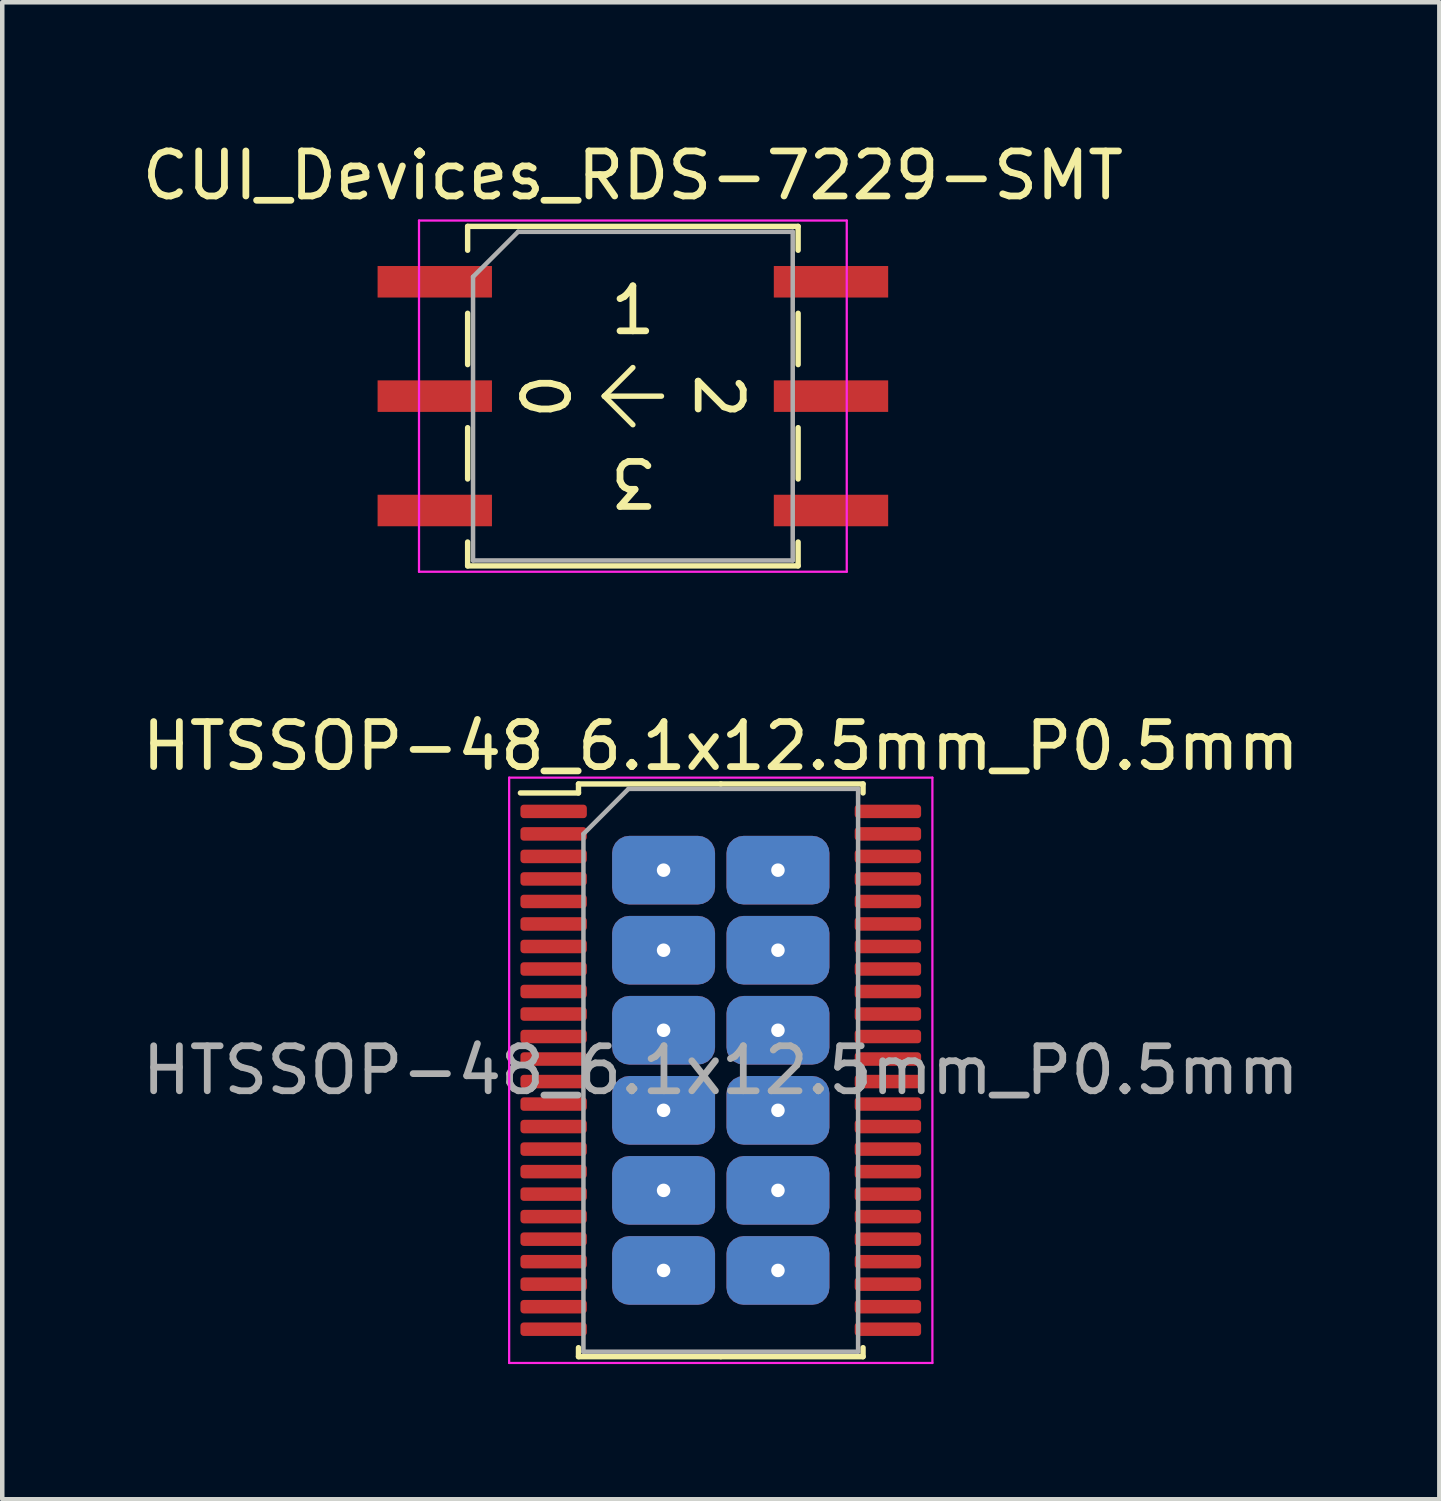
<source format=kicad_pcb>
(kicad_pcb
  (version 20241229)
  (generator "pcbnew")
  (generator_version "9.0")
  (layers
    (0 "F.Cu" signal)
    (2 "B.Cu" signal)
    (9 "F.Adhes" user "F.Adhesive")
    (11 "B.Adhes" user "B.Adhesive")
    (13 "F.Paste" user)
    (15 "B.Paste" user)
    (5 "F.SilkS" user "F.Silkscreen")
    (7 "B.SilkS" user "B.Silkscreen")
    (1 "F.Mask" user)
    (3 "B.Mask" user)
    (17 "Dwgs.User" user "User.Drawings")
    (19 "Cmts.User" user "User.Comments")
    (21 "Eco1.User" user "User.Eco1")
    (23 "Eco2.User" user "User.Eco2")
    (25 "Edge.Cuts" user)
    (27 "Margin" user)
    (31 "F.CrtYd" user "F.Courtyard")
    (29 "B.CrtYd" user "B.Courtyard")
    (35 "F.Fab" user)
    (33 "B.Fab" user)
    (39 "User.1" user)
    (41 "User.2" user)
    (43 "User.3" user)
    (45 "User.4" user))
  (footprint "CUI_Devices_RDS-7229-SMT"
    (layer "F.Cu")
    (at 11.006 5.748)
    (property "Reference" "CUI_Devices_RDS-7229-SMT" (at 0 -4.9 0) (layer "F.SilkS") (effects (font (size 1 1) (thickness 0.15))))
    (attr smd)
    (fp_line (start -3.67 -3.77) (end 3.67 -3.77) (stroke (width 0.12) (type solid)) (layer "F.SilkS"))
    (fp_line (start -3.67 -3.24) (end -3.67 -3.77) (stroke (width 0.12) (type solid)) (layer "F.SilkS"))
    (fp_line (start -3.67 -1.84) (end -3.67 -0.7) (stroke (width 0.12) (type solid)) (layer "F.SilkS"))
    (fp_line (start -3.67 0.7) (end -3.67 1.84) (stroke (width 0.12) (type solid)) (layer "F.SilkS"))
    (fp_line (start -3.67 3.24) (end -3.67 3.77) (stroke (width 0.12) (type solid)) (layer "F.SilkS"))
    (fp_line (start -3.67 3.77) (end 3.67 3.77) (stroke (width 0.12) (type solid)) (layer "F.SilkS"))
    (fp_line (start -0.635 0) (end 0 -0.635) (stroke (width 0.12) (type solid)) (layer "F.SilkS"))
    (fp_line (start -0.635 0) (end 0.635 0) (stroke (width 0.12) (type solid)) (layer "F.SilkS"))
    (fp_line (start 0 0.635) (end -0.635 0) (stroke (width 0.12) (type solid)) (layer "F.SilkS"))
    (fp_line (start 3.67 -3.77) (end 3.67 -3.24) (stroke (width 0.12) (type solid)) (layer "F.SilkS"))
    (fp_line (start 3.67 -1.84) (end 3.67 -0.7) (stroke (width 0.12) (type solid)) (layer "F.SilkS"))
    (fp_line (start 3.67 0.7) (end 3.67 1.84) (stroke (width 0.12) (type solid)) (layer "F.SilkS"))
    (fp_line (start 3.67 3.77) (end 3.67 3.24) (stroke (width 0.12) (type solid)) (layer "F.SilkS"))
    (fp_line (start -4.75 -3.9) (end -4.75 3.9) (stroke (width 0.05) (type solid)) (layer "F.CrtYd"))
    (fp_line (start -4.75 3.9) (end 4.75 3.9) (stroke (width 0.05) (type solid)) (layer "F.CrtYd"))
    (fp_line (start 4.75 -3.9) (end -4.75 -3.9) (stroke (width 0.05) (type solid)) (layer "F.CrtYd"))
    (fp_line (start 4.75 3.9) (end 4.75 -3.9) (stroke (width 0.05) (type solid)) (layer "F.CrtYd"))
    (fp_line (start -3.55 -2.65) (end -2.55 -3.65) (stroke (width 0.1) (type solid)) (layer "F.Fab"))
    (fp_line (start -3.55 3.65) (end -3.55 -2.65) (stroke (width 0.1) (type solid)) (layer "F.Fab"))
    (fp_line (start -2.55 -3.65) (end 3.55 -3.65) (stroke (width 0.1) (type solid)) (layer "F.Fab"))
    (fp_line (start 3.55 -3.65) (end 3.55 3.65) (stroke (width 0.1) (type solid)) (layer "F.Fab"))
    (fp_line (start 3.55 3.65) (end -3.55 3.65) (stroke (width 0.1) (type solid)) (layer "F.Fab"))
    (fp_text user "0" (at -1.905 0 90) (unlocked yes) (layer "F.SilkS") (effects (font (size 1 1) (thickness 0.15))))
    (fp_text user "1" (at 0 -1.905 0) (unlocked yes) (layer "F.SilkS") (effects (font (size 1 1) (thickness 0.15))))
    (fp_text user "3" (at 0 1.905 180) (unlocked yes) (layer "F.SilkS") (effects (font (size 1 1) (thickness 0.15))))
    (fp_text user "2" (at 1.905 0 270) (unlocked yes) (layer "F.SilkS") (effects (font (size 1 1) (thickness 0.15))))
    (pad "1" smd rect (at -4.4 -2.54) (size 2.54 0.7) (layers "F.Cu" "F.Mask" "F.Paste"))
    (pad "2" smd rect (at -4.4 0) (size 2.54 0.7) (layers "F.Cu" "F.Mask" "F.Paste"))
    (pad "3" smd rect (at -4.4 2.54) (size 2.54 0.7) (layers "F.Cu" "F.Mask" "F.Paste"))
    (pad "4" smd rect (at 4.4 2.54) (size 2.54 0.7) (layers "F.Cu" "F.Mask" "F.Paste"))
    (pad "5" smd rect (at 4.4 0) (size 2.54 0.7) (layers "F.Cu" "F.Mask" "F.Paste"))
    (pad "6" smd rect (at 4.4 -2.54) (size 2.54 0.7) (layers "F.Cu" "F.Mask" "F.Paste")))
  (footprint "HTSSOP-48_6.1x12.5mm_P0.5mm"
    (layer "F.Cu")
    (at 12.958 20.721)
    (property "Reference" "HTSSOP-48_6.1x12.5mm_P0.5mm" (at 0 -7.2 0) (layer "F.SilkS") (effects (font (size 1 1) (thickness 0.15))))
    (attr smd)
    (fp_line (start -3.16 -6.36) (end -3.16 -6.16) (stroke (width 0.12) (type solid)) (layer "F.SilkS"))
    (fp_line (start -3.16 -6.16) (end -4.45 -6.16) (stroke (width 0.12) (type solid)) (layer "F.SilkS"))
    (fp_line (start -3.16 6.36) (end -3.16 6.16) (stroke (width 0.12) (type solid)) (layer "F.SilkS"))
    (fp_line (start 0 -6.36) (end -3.16 -6.36) (stroke (width 0.12) (type solid)) (layer "F.SilkS"))
    (fp_line (start 0 -6.36) (end 3.16 -6.36) (stroke (width 0.12) (type solid)) (layer "F.SilkS"))
    (fp_line (start 0 6.36) (end -3.16 6.36) (stroke (width 0.12) (type solid)) (layer "F.SilkS"))
    (fp_line (start 0 6.36) (end 3.16 6.36) (stroke (width 0.12) (type solid)) (layer "F.SilkS"))
    (fp_line (start 3.16 -6.36) (end 3.16 -6.16) (stroke (width 0.12) (type solid)) (layer "F.SilkS"))
    (fp_line (start 3.16 6.36) (end 3.16 6.16) (stroke (width 0.12) (type solid)) (layer "F.SilkS"))
    (fp_line (start -4.7 -6.5) (end -4.7 6.5) (stroke (width 0.05) (type solid)) (layer "F.CrtYd"))
    (fp_line (start -4.7 6.5) (end 4.7 6.5) (stroke (width 0.05) (type solid)) (layer "F.CrtYd"))
    (fp_line (start 4.7 -6.5) (end -4.7 -6.5) (stroke (width 0.05) (type solid)) (layer "F.CrtYd"))
    (fp_line (start 4.7 6.5) (end 4.7 -6.5) (stroke (width 0.05) (type solid)) (layer "F.CrtYd"))
    (fp_line (start -3.05 -5.25) (end -2.05 -6.25) (stroke (width 0.1) (type solid)) (layer "F.Fab"))
    (fp_line (start -3.05 6.25) (end -3.05 -5.25) (stroke (width 0.1) (type solid)) (layer "F.Fab"))
    (fp_line (start -2.05 -6.25) (end 3.05 -6.25) (stroke (width 0.1) (type solid)) (layer "F.Fab"))
    (fp_line (start 3.05 -6.25) (end 3.05 6.25) (stroke (width 0.1) (type solid)) (layer "F.Fab"))
    (fp_line (start 3.05 6.25) (end -3.05 6.25) (stroke (width 0.1) (type solid)) (layer "F.Fab"))
    (fp_text user "${REFERENCE}" (at 0 0 0) (layer "F.Fab") (effects (font (size 1 1) (thickness 0.15))))
    (pad "1" smd roundrect (at -3.712 -5.75) (size 1.475 0.3) (layers "F.Cu" "F.Mask" "F.Paste") (roundrect_rratio 0.25))
    (pad "2" smd roundrect (at -3.712 -5.25) (size 1.475 0.3) (layers "F.Cu" "F.Mask" "F.Paste") (roundrect_rratio 0.25))
    (pad "3" smd roundrect (at -3.712 -4.75) (size 1.475 0.3) (layers "F.Cu" "F.Mask" "F.Paste") (roundrect_rratio 0.25))
    (pad "4" smd roundrect (at -3.712 -4.25) (size 1.475 0.3) (layers "F.Cu" "F.Mask" "F.Paste") (roundrect_rratio 0.25))
    (pad "5" smd roundrect (at -3.712 -3.75) (size 1.475 0.3) (layers "F.Cu" "F.Mask" "F.Paste") (roundrect_rratio 0.25))
    (pad "6" smd roundrect (at -3.712 -3.25) (size 1.475 0.3) (layers "F.Cu" "F.Mask" "F.Paste") (roundrect_rratio 0.25))
    (pad "7" smd roundrect (at -3.712 -2.75) (size 1.475 0.3) (layers "F.Cu" "F.Mask" "F.Paste") (roundrect_rratio 0.25))
    (pad "8" smd roundrect (at -3.712 -2.25) (size 1.475 0.3) (layers "F.Cu" "F.Mask" "F.Paste") (roundrect_rratio 0.25))
    (pad "9" smd roundrect (at -3.712 -1.75) (size 1.475 0.3) (layers "F.Cu" "F.Mask" "F.Paste") (roundrect_rratio 0.25))
    (pad "10" smd roundrect (at -3.712 -1.25) (size 1.475 0.3) (layers "F.Cu" "F.Mask" "F.Paste") (roundrect_rratio 0.25))
    (pad "11" smd roundrect (at -3.712 -0.75) (size 1.475 0.3) (layers "F.Cu" "F.Mask" "F.Paste") (roundrect_rratio 0.25))
    (pad "12" smd roundrect (at -3.712 -0.25) (size 1.475 0.3) (layers "F.Cu" "F.Mask" "F.Paste") (roundrect_rratio 0.25))
    (pad "13" smd roundrect (at -3.712 0.25) (size 1.475 0.3) (layers "F.Cu" "F.Mask" "F.Paste") (roundrect_rratio 0.25))
    (pad "14" smd roundrect (at -3.712 0.75) (size 1.475 0.3) (layers "F.Cu" "F.Mask" "F.Paste") (roundrect_rratio 0.25))
    (pad "15" smd roundrect (at -3.712 1.25) (size 1.475 0.3) (layers "F.Cu" "F.Mask" "F.Paste") (roundrect_rratio 0.25))
    (pad "16" smd roundrect (at -3.712 1.75) (size 1.475 0.3) (layers "F.Cu" "F.Mask" "F.Paste") (roundrect_rratio 0.25))
    (pad "17" smd roundrect (at -3.712 2.25) (size 1.475 0.3) (layers "F.Cu" "F.Mask" "F.Paste") (roundrect_rratio 0.25))
    (pad "18" smd roundrect (at -3.712 2.75) (size 1.475 0.3) (layers "F.Cu" "F.Mask" "F.Paste") (roundrect_rratio 0.25))
    (pad "19" smd roundrect (at -3.712 3.25) (size 1.475 0.3) (layers "F.Cu" "F.Mask" "F.Paste") (roundrect_rratio 0.25))
    (pad "20" smd roundrect (at -3.712 3.75) (size 1.475 0.3) (layers "F.Cu" "F.Mask" "F.Paste") (roundrect_rratio 0.25))
    (pad "21" smd roundrect (at -3.712 4.25) (size 1.475 0.3) (layers "F.Cu" "F.Mask" "F.Paste") (roundrect_rratio 0.25))
    (pad "22" smd roundrect (at -3.712 4.75) (size 1.475 0.3) (layers "F.Cu" "F.Mask" "F.Paste") (roundrect_rratio 0.25))
    (pad "23" smd roundrect (at -3.712 5.25) (size 1.475 0.3) (layers "F.Cu" "F.Mask" "F.Paste") (roundrect_rratio 0.25))
    (pad "24" smd roundrect (at -3.712 5.75) (size 1.475 0.3) (layers "F.Cu" "F.Mask" "F.Paste") (roundrect_rratio 0.25))
    (pad "25" smd roundrect (at 3.712 5.75) (size 1.475 0.3) (layers "F.Cu" "F.Mask" "F.Paste") (roundrect_rratio 0.25))
    (pad "26" smd roundrect (at 3.712 5.25) (size 1.475 0.3) (layers "F.Cu" "F.Mask" "F.Paste") (roundrect_rratio 0.25))
    (pad "27" smd roundrect (at 3.712 4.75) (size 1.475 0.3) (layers "F.Cu" "F.Mask" "F.Paste") (roundrect_rratio 0.25))
    (pad "28" smd roundrect (at 3.712 4.25) (size 1.475 0.3) (layers "F.Cu" "F.Mask" "F.Paste") (roundrect_rratio 0.25))
    (pad "29" smd roundrect (at 3.712 3.75) (size 1.475 0.3) (layers "F.Cu" "F.Mask" "F.Paste") (roundrect_rratio 0.25))
    (pad "30" smd roundrect (at 3.712 3.25) (size 1.475 0.3) (layers "F.Cu" "F.Mask" "F.Paste") (roundrect_rratio 0.25))
    (pad "31" smd roundrect (at 3.712 2.75) (size 1.475 0.3) (layers "F.Cu" "F.Mask" "F.Paste") (roundrect_rratio 0.25))
    (pad "32" smd roundrect (at 3.712 2.25) (size 1.475 0.3) (layers "F.Cu" "F.Mask" "F.Paste") (roundrect_rratio 0.25))
    (pad "33" smd roundrect (at 3.712 1.75) (size 1.475 0.3) (layers "F.Cu" "F.Mask" "F.Paste") (roundrect_rratio 0.25))
    (pad "34" smd roundrect (at 3.712 1.25) (size 1.475 0.3) (layers "F.Cu" "F.Mask" "F.Paste") (roundrect_rratio 0.25))
    (pad "35" smd roundrect (at 3.712 0.75) (size 1.475 0.3) (layers "F.Cu" "F.Mask" "F.Paste") (roundrect_rratio 0.25))
    (pad "36" smd roundrect (at 3.712 0.25) (size 1.475 0.3) (layers "F.Cu" "F.Mask" "F.Paste") (roundrect_rratio 0.25))
    (pad "37" smd roundrect (at 3.712 -0.25) (size 1.475 0.3) (layers "F.Cu" "F.Mask" "F.Paste") (roundrect_rratio 0.25))
    (pad "38" smd roundrect (at 3.712 -0.75) (size 1.475 0.3) (layers "F.Cu" "F.Mask" "F.Paste") (roundrect_rratio 0.25))
    (pad "39" smd roundrect (at 3.712 -1.25) (size 1.475 0.3) (layers "F.Cu" "F.Mask" "F.Paste") (roundrect_rratio 0.25))
    (pad "40" smd roundrect (at 3.712 -1.75) (size 1.475 0.3) (layers "F.Cu" "F.Mask" "F.Paste") (roundrect_rratio 0.25))
    (pad "41" smd roundrect (at 3.712 -2.25) (size 1.475 0.3) (layers "F.Cu" "F.Mask" "F.Paste") (roundrect_rratio 0.25))
    (pad "42" smd roundrect (at 3.712 -2.75) (size 1.475 0.3) (layers "F.Cu" "F.Mask" "F.Paste") (roundrect_rratio 0.25))
    (pad "43" smd roundrect (at 3.712 -3.25) (size 1.475 0.3) (layers "F.Cu" "F.Mask" "F.Paste") (roundrect_rratio 0.25))
    (pad "44" smd roundrect (at 3.712 -3.75) (size 1.475 0.3) (layers "F.Cu" "F.Mask" "F.Paste") (roundrect_rratio 0.25))
    (pad "45" smd roundrect (at 3.712 -4.25) (size 1.475 0.3) (layers "F.Cu" "F.Mask" "F.Paste") (roundrect_rratio 0.25))
    (pad "46" smd roundrect (at 3.712 -4.75) (size 1.475 0.3) (layers "F.Cu" "F.Mask" "F.Paste") (roundrect_rratio 0.25))
    (pad "47" smd roundrect (at 3.712 -5.25) (size 1.475 0.3) (layers "F.Cu" "F.Mask" "F.Paste") (roundrect_rratio 0.25))
    (pad "48" smd roundrect (at 3.712 -5.75) (size 1.475 0.3) (layers "F.Cu" "F.Mask" "F.Paste") (roundrect_rratio 0.25))
    (pad "49" thru_hole roundrect (at -1.27 -4.445) (size 2.286 1.524) (drill 0.3) (layers "*.Cu" "F.Mask" "F.Paste") (roundrect_rratio 0.25))
    (pad "49" thru_hole roundrect (at -1.27 -2.667) (size 2.286 1.524) (drill 0.3) (layers "*.Cu" "F.Mask" "F.Paste") (roundrect_rratio 0.25))
    (pad "49" thru_hole roundrect (at -1.27 -0.889) (size 2.286 1.524) (drill 0.3) (layers "*.Cu" "F.Mask" "F.Paste") (roundrect_rratio 0.25))
    (pad "49" thru_hole roundrect (at -1.27 0.889) (size 2.286 1.524) (drill 0.3) (layers "*.Cu" "F.Mask" "F.Paste") (roundrect_rratio 0.25))
    (pad "49" thru_hole roundrect (at -1.27 2.667) (size 2.286 1.524) (drill 0.3) (layers "*.Cu" "F.Mask" "F.Paste") (roundrect_rratio 0.25))
    (pad "49" thru_hole roundrect (at -1.27 4.445) (size 2.286 1.524) (drill 0.3) (layers "*.Cu" "F.Mask" "F.Paste") (roundrect_rratio 0.25))
    (pad "49" thru_hole roundrect (at 1.27 -4.445) (size 2.286 1.524) (drill 0.3) (layers "*.Cu" "F.Mask" "F.Paste") (roundrect_rratio 0.25))
    (pad "49" thru_hole roundrect (at 1.27 -2.667) (size 2.286 1.524) (drill 0.3) (layers "*.Cu" "F.Mask" "F.Paste") (roundrect_rratio 0.25))
    (pad "49" thru_hole roundrect (at 1.27 -0.889) (size 2.286 1.524) (drill 0.3) (layers "*.Cu" "F.Mask" "F.Paste") (roundrect_rratio 0.25))
    (pad "49" thru_hole roundrect (at 1.27 0.889) (size 2.286 1.524) (drill 0.3) (layers "*.Cu" "F.Mask" "F.Paste") (roundrect_rratio 0.25))
    (pad "49" thru_hole roundrect (at 1.27 2.667) (size 2.286 1.524) (drill 0.3) (layers "*.Cu" "F.Mask" "F.Paste") (roundrect_rratio 0.25))
    (pad "49" thru_hole roundrect (at 1.27 4.445) (size 2.286 1.524) (drill 0.3) (layers "*.Cu" "F.Mask" "F.Paste") (roundrect_rratio 0.25)))
  (gr_rect
    (start -3 -3)
    (end 28.917 30.247)
    (stroke (width 0.1) (type default))
    (fill no)
    (layer "Edge.Cuts")))
</source>
